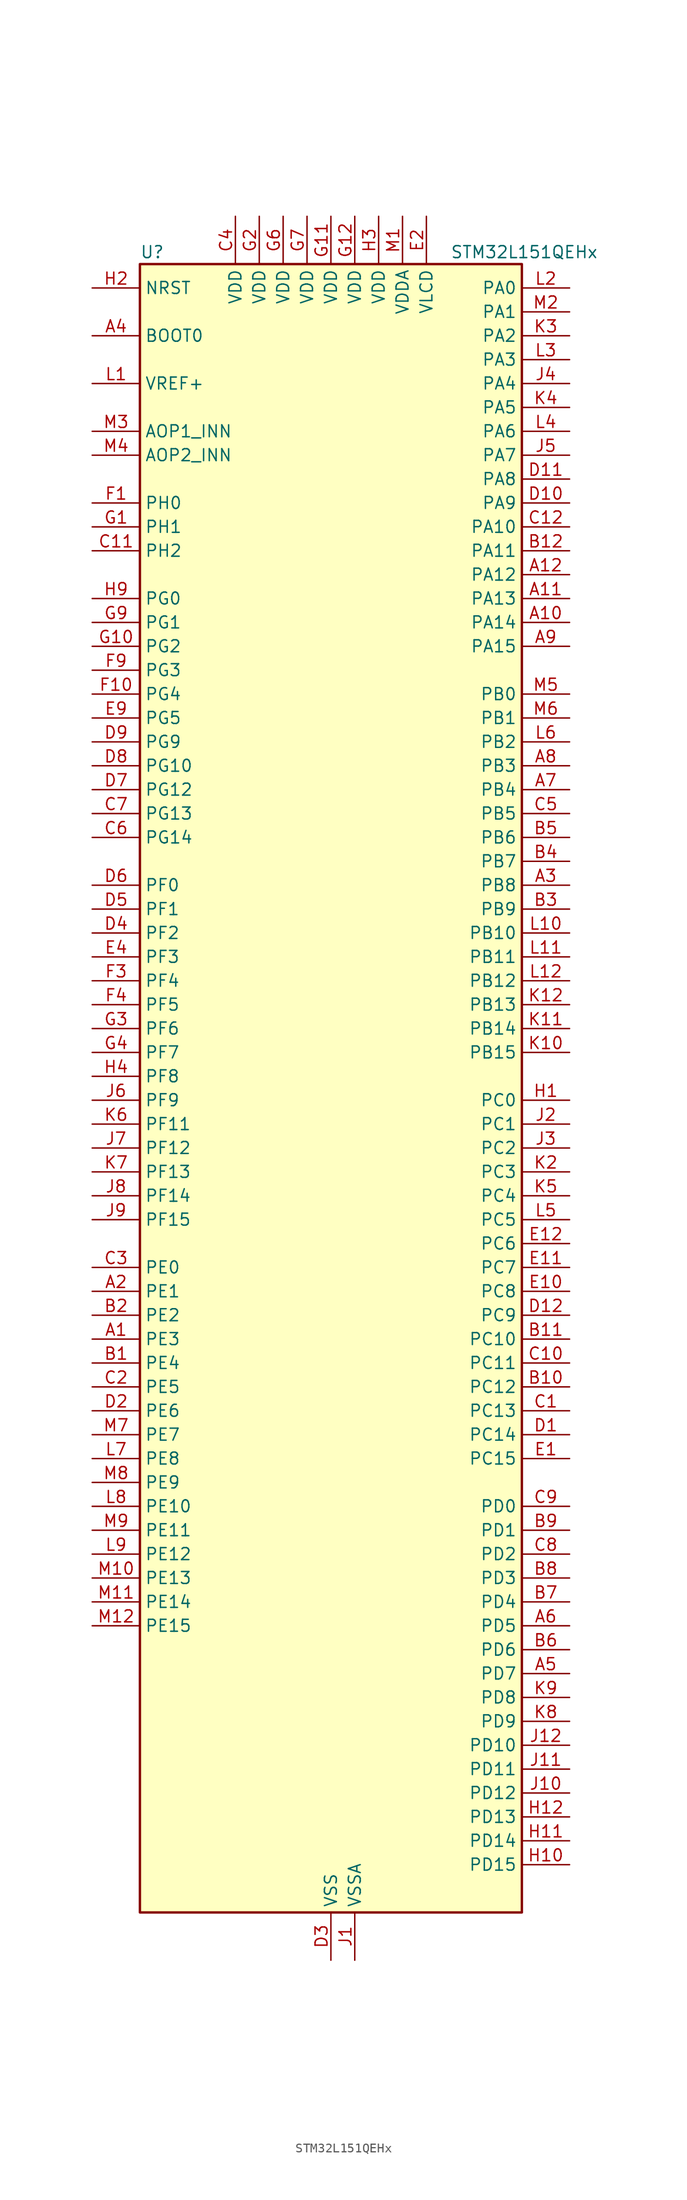
<source format=kicad_sym>
(kicad_symbol_lib
  (version 20231120)
  (generator "kicad-library-utils")
  (generator_version "8.0")
  (symbol "STM32L151QEHx"
    (property "Reference" "U"
      (at -20.32 90.17 0)
      (effects (font (size 1.27 1.27)) (justify left)))
    (property "Value" "STM32L151QEHx"
      (at 12.7 90.17 0)
      (effects (font (size 1.27 1.27)) (justify left)))
    (symbol "STM32L151QEHx_0_1"
      (rectangle (start -20.32 -86.36) (end 20.32 88.9) (stroke (width 0.254) (type default)) (fill (type background))))
    (symbol "STM32L151QEHx_1_1"
      (pin bidirectional line (at -25.4 -25.4 0) (length 5.08) (name "PE3" (effects (font (size 1.27 1.27)))) (number "A1" (effects (font (size 1.27 1.27)))) (alternate "SYS_TRACED0" bidirectional line) (alternate "TIM3_CH1" bidirectional line) (alternate "TIMX_IC4" bidirectional line))
      (pin bidirectional line (at 25.4 50.8 180) (length 5.08) (name "PA14" (effects (font (size 1.27 1.27)))) (number "A10" (effects (font (size 1.27 1.27)))) (alternate "SYS_JTCK-SWCLK" bidirectional line) (alternate "TIMX_IC3" bidirectional line) (alternate "TS_G5_IO2" bidirectional line))
      (pin bidirectional line (at 25.4 53.34 180) (length 5.08) (name "PA13" (effects (font (size 1.27 1.27)))) (number "A11" (effects (font (size 1.27 1.27)))) (alternate "SYS_JTMS-SWDIO" bidirectional line) (alternate "TIMX_IC2" bidirectional line) (alternate "TS_G5_IO1" bidirectional line))
      (pin bidirectional line (at 25.4 55.88 180) (length 5.08) (name "PA12" (effects (font (size 1.27 1.27)))) (number "A12" (effects (font (size 1.27 1.27)))) (alternate "SPI1_MOSI" bidirectional line) (alternate "TIMX_IC1" bidirectional line) (alternate "USART1_RTS" bidirectional line) (alternate "USB_DP" bidirectional line))
      (pin bidirectional line (at -25.4 -20.32 0) (length 5.08) (name "PE1" (effects (font (size 1.27 1.27)))) (number "A2" (effects (font (size 1.27 1.27)))) (alternate "TIM11_CH1" bidirectional line) (alternate "TIMX_IC2" bidirectional line))
      (pin bidirectional line (at 25.4 22.86 180) (length 5.08) (name "PB8" (effects (font (size 1.27 1.27)))) (number "A3" (effects (font (size 1.27 1.27)))) (alternate "I2C1_SCL" bidirectional line) (alternate "TIM10_CH1" bidirectional line) (alternate "TIM4_CH3" bidirectional line))
      (pin input line (at -25.4 81.28 0) (length 5.08) (name "BOOT0" (effects (font (size 1.27 1.27)))) (number "A4" (effects (font (size 1.27 1.27)))))
      (pin bidirectional line (at 25.4 -60.96 180) (length 5.08) (name "PD7" (effects (font (size 1.27 1.27)))) (number "A5" (effects (font (size 1.27 1.27)))) (alternate "TIM9_CH2" bidirectional line) (alternate "TIMX_IC4" bidirectional line) (alternate "USART2_CK" bidirectional line))
      (pin bidirectional line (at 25.4 -55.88 180) (length 5.08) (name "PD5" (effects (font (size 1.27 1.27)))) (number "A6" (effects (font (size 1.27 1.27)))) (alternate "TIMX_IC2" bidirectional line) (alternate "USART2_TX" bidirectional line))
      (pin bidirectional line (at 25.4 33.02 180) (length 5.08) (name "PB4" (effects (font (size 1.27 1.27)))) (number "A7" (effects (font (size 1.27 1.27)))) (alternate "COMP2_INP" bidirectional line) (alternate "SPI1_MISO" bidirectional line) (alternate "SPI3_MISO" bidirectional line) (alternate "SYS_JTRST" bidirectional line) (alternate "TIM3_CH1" bidirectional line) (alternate "TS_G6_IO1" bidirectional line))
      (pin bidirectional line (at 25.4 35.56 180) (length 5.08) (name "PB3" (effects (font (size 1.27 1.27)))) (number "A8" (effects (font (size 1.27 1.27)))) (alternate "COMP2_INM" bidirectional line) (alternate "I2S3_CK" bidirectional line) (alternate "SPI1_SCK" bidirectional line) (alternate "SPI3_SCK" bidirectional line) (alternate "SYS_JTDO-TRACESWO" bidirectional line) (alternate "TIM2_CH2" bidirectional line))
      (pin bidirectional line (at 25.4 48.26 180) (length 5.08) (name "PA15" (effects (font (size 1.27 1.27)))) (number "A9" (effects (font (size 1.27 1.27)))) (alternate "ADC_EXTI15" bidirectional line) (alternate "I2S3_WS" bidirectional line) (alternate "SPI1_NSS" bidirectional line) (alternate "SPI3_NSS" bidirectional line) (alternate "SYS_JTDI" bidirectional line) (alternate "TIM2_CH1" bidirectional line) (alternate "TIM2_ETR" bidirectional line) (alternate "TIMX_IC4" bidirectional line) (alternate "TS_G5_IO3" bidirectional line))
      (pin bidirectional line (at -25.4 -27.94 0) (length 5.08) (name "PE4" (effects (font (size 1.27 1.27)))) (number "B1" (effects (font (size 1.27 1.27)))) (alternate "SYS_TRACED1" bidirectional line) (alternate "TIM3_CH2" bidirectional line) (alternate "TIMX_IC1" bidirectional line))
      (pin bidirectional line (at 25.4 -30.48 180) (length 5.08) (name "PC12" (effects (font (size 1.27 1.27)))) (number "B10" (effects (font (size 1.27 1.27)))) (alternate "I2S3_SD" bidirectional line) (alternate "SPI3_MOSI" bidirectional line) (alternate "TIMX_IC1" bidirectional line) (alternate "UART5_TX" bidirectional line) (alternate "USART3_CK" bidirectional line))
      (pin bidirectional line (at 25.4 -25.4 180) (length 5.08) (name "PC10" (effects (font (size 1.27 1.27)))) (number "B11" (effects (font (size 1.27 1.27)))) (alternate "I2S3_CK" bidirectional line) (alternate "SPI3_SCK" bidirectional line) (alternate "TIMX_IC3" bidirectional line) (alternate "UART4_TX" bidirectional line) (alternate "USART3_TX" bidirectional line))
      (pin bidirectional line (at 25.4 58.42 180) (length 5.08) (name "PA11" (effects (font (size 1.27 1.27)))) (number "B12" (effects (font (size 1.27 1.27)))) (alternate "ADC_EXTI11" bidirectional line) (alternate "SPI1_MISO" bidirectional line) (alternate "TIMX_IC4" bidirectional line) (alternate "USART1_CTS" bidirectional line) (alternate "USB_DM" bidirectional line))
      (pin bidirectional line (at -25.4 -22.86 0) (length 5.08) (name "PE2" (effects (font (size 1.27 1.27)))) (number "B2" (effects (font (size 1.27 1.27)))) (alternate "SYS_TRACECK" bidirectional line) (alternate "TIM3_ETR" bidirectional line) (alternate "TIMX_IC3" bidirectional line))
      (pin bidirectional line (at 25.4 20.32 180) (length 5.08) (name "PB9" (effects (font (size 1.27 1.27)))) (number "B3" (effects (font (size 1.27 1.27)))) (alternate "DAC_EXTI9" bidirectional line) (alternate "I2C1_SDA" bidirectional line) (alternate "TIM11_CH1" bidirectional line) (alternate "TIM4_CH4" bidirectional line))
      (pin bidirectional line (at 25.4 25.4 180) (length 5.08) (name "PB7" (effects (font (size 1.27 1.27)))) (number "B4" (effects (font (size 1.27 1.27)))) (alternate "COMP2_INP" bidirectional line) (alternate "I2C1_SDA" bidirectional line) (alternate "SYS_PVD_IN" bidirectional line) (alternate "TIM4_CH2" bidirectional line) (alternate "TS_G6_IO4" bidirectional line) (alternate "USART1_RX" bidirectional line))
      (pin bidirectional line (at 25.4 27.94 180) (length 5.08) (name "PB6" (effects (font (size 1.27 1.27)))) (number "B5" (effects (font (size 1.27 1.27)))) (alternate "COMP2_INP" bidirectional line) (alternate "I2C1_SCL" bidirectional line) (alternate "TIM4_CH1" bidirectional line) (alternate "TS_G6_IO3" bidirectional line) (alternate "USART1_TX" bidirectional line))
      (pin bidirectional line (at 25.4 -58.42 180) (length 5.08) (name "PD6" (effects (font (size 1.27 1.27)))) (number "B6" (effects (font (size 1.27 1.27)))) (alternate "TIMX_IC3" bidirectional line) (alternate "USART2_RX" bidirectional line))
      (pin bidirectional line (at 25.4 -53.34 180) (length 5.08) (name "PD4" (effects (font (size 1.27 1.27)))) (number "B7" (effects (font (size 1.27 1.27)))) (alternate "I2S2_SD" bidirectional line) (alternate "SPI2_MOSI" bidirectional line) (alternate "TIMX_IC1" bidirectional line) (alternate "USART2_RTS" bidirectional line))
      (pin bidirectional line (at 25.4 -50.8 180) (length 5.08) (name "PD3" (effects (font (size 1.27 1.27)))) (number "B8" (effects (font (size 1.27 1.27)))) (alternate "SPI2_MISO" bidirectional line) (alternate "TIMX_IC4" bidirectional line) (alternate "USART2_CTS" bidirectional line))
      (pin bidirectional line (at 25.4 -45.72 180) (length 5.08) (name "PD1" (effects (font (size 1.27 1.27)))) (number "B9" (effects (font (size 1.27 1.27)))) (alternate "I2S2_CK" bidirectional line) (alternate "SPI2_SCK" bidirectional line) (alternate "TIMX_IC2" bidirectional line))
      (pin bidirectional line (at 25.4 -33.02 180) (length 5.08) (name "PC13" (effects (font (size 1.27 1.27)))) (number "C1" (effects (font (size 1.27 1.27)))) (alternate "RTC_OUT_ALARM" bidirectional line) (alternate "RTC_OUT_CALIB" bidirectional line) (alternate "RTC_TAMP1" bidirectional line) (alternate "RTC_TS" bidirectional line) (alternate "SYS_WKUP2" bidirectional line) (alternate "TIMX_IC2" bidirectional line))
      (pin bidirectional line (at 25.4 -27.94 180) (length 5.08) (name "PC11" (effects (font (size 1.27 1.27)))) (number "C10" (effects (font (size 1.27 1.27)))) (alternate "ADC_EXTI11" bidirectional line) (alternate "SPI3_MISO" bidirectional line) (alternate "TIMX_IC4" bidirectional line) (alternate "UART4_RX" bidirectional line) (alternate "USART3_RX" bidirectional line))
      (pin bidirectional line (at -25.4 58.42 0) (length 5.08) (name "PH2" (effects (font (size 1.27 1.27)))) (number "C11" (effects (font (size 1.27 1.27)))))
      (pin bidirectional line (at 25.4 60.96 180) (length 5.08) (name "PA10" (effects (font (size 1.27 1.27)))) (number "C12" (effects (font (size 1.27 1.27)))) (alternate "TIMX_IC3" bidirectional line) (alternate "TS_G4_IO3" bidirectional line) (alternate "USART1_RX" bidirectional line))
      (pin bidirectional line (at -25.4 -30.48 0) (length 5.08) (name "PE5" (effects (font (size 1.27 1.27)))) (number "C2" (effects (font (size 1.27 1.27)))) (alternate "SYS_TRACED2" bidirectional line) (alternate "TIM9_CH1" bidirectional line) (alternate "TIMX_IC2" bidirectional line))
      (pin bidirectional line (at -25.4 -17.78 0) (length 5.08) (name "PE0" (effects (font (size 1.27 1.27)))) (number "C3" (effects (font (size 1.27 1.27)))) (alternate "TIM10_CH1" bidirectional line) (alternate "TIM4_ETR" bidirectional line) (alternate "TIMX_IC1" bidirectional line))
      (pin power_in line (at -10.16 93.98 270) (length 5.08) (name "VDD" (effects (font (size 1.27 1.27)))) (number "C4" (effects (font (size 1.27 1.27)))))
      (pin bidirectional line (at 25.4 30.48 180) (length 5.08) (name "PB5" (effects (font (size 1.27 1.27)))) (number "C5" (effects (font (size 1.27 1.27)))) (alternate "COMP2_INP" bidirectional line) (alternate "I2C1_SMBA" bidirectional line) (alternate "I2S3_SD" bidirectional line) (alternate "SPI1_MOSI" bidirectional line) (alternate "SPI3_MOSI" bidirectional line) (alternate "TIM3_CH2" bidirectional line) (alternate "TS_G6_IO2" bidirectional line))
      (pin bidirectional line (at -25.4 27.94 0) (length 5.08) (name "PG14" (effects (font (size 1.27 1.27)))) (number "C6" (effects (font (size 1.27 1.27)))))
      (pin bidirectional line (at -25.4 30.48 0) (length 5.08) (name "PG13" (effects (font (size 1.27 1.27)))) (number "C7" (effects (font (size 1.27 1.27)))))
      (pin bidirectional line (at 25.4 -48.26 180) (length 5.08) (name "PD2" (effects (font (size 1.27 1.27)))) (number "C8" (effects (font (size 1.27 1.27)))) (alternate "TIM3_ETR" bidirectional line) (alternate "TIMX_IC3" bidirectional line) (alternate "UART5_RX" bidirectional line))
      (pin bidirectional line (at 25.4 -43.18 180) (length 5.08) (name "PD0" (effects (font (size 1.27 1.27)))) (number "C9" (effects (font (size 1.27 1.27)))) (alternate "I2S2_WS" bidirectional line) (alternate "SPI2_NSS" bidirectional line) (alternate "TIM9_CH1" bidirectional line) (alternate "TIMX_IC1" bidirectional line))
      (pin bidirectional line (at 25.4 -35.56 180) (length 5.08) (name "PC14" (effects (font (size 1.27 1.27)))) (number "D1" (effects (font (size 1.27 1.27)))) (alternate "RCC_OSC32_IN" bidirectional line) (alternate "TIMX_IC3" bidirectional line))
      (pin bidirectional line (at 25.4 63.5 180) (length 5.08) (name "PA9" (effects (font (size 1.27 1.27)))) (number "D10" (effects (font (size 1.27 1.27)))) (alternate "DAC_EXTI9" bidirectional line) (alternate "TIMX_IC2" bidirectional line) (alternate "TS_G4_IO2" bidirectional line) (alternate "USART1_TX" bidirectional line))
      (pin bidirectional line (at 25.4 66.04 180) (length 5.08) (name "PA8" (effects (font (size 1.27 1.27)))) (number "D11" (effects (font (size 1.27 1.27)))) (alternate "RCC_MCO" bidirectional line) (alternate "TIMX_IC1" bidirectional line) (alternate "TS_G4_IO1" bidirectional line) (alternate "USART1_CK" bidirectional line))
      (pin bidirectional line (at 25.4 -22.86 180) (length 5.08) (name "PC9" (effects (font (size 1.27 1.27)))) (number "D12" (effects (font (size 1.27 1.27)))) (alternate "DAC_EXTI9" bidirectional line) (alternate "TIM3_CH4" bidirectional line) (alternate "TIMX_IC2" bidirectional line) (alternate "TS_G10_IO4" bidirectional line))
      (pin bidirectional line (at -25.4 -33.02 0) (length 5.08) (name "PE6" (effects (font (size 1.27 1.27)))) (number "D2" (effects (font (size 1.27 1.27)))) (alternate "RTC_TAMP3" bidirectional line) (alternate "SYS_TRACED3" bidirectional line) (alternate "SYS_WKUP3" bidirectional line) (alternate "TIM9_CH2" bidirectional line) (alternate "TIMX_IC3" bidirectional line))
      (pin power_in line (at 0 -91.44 90) (length 5.08) (name "VSS" (effects (font (size 1.27 1.27)))) (number "D3" (effects (font (size 1.27 1.27)))))
      (pin bidirectional line (at -25.4 17.78 0) (length 5.08) (name "PF2" (effects (font (size 1.27 1.27)))) (number "D4" (effects (font (size 1.27 1.27)))))
      (pin bidirectional line (at -25.4 20.32 0) (length 5.08) (name "PF1" (effects (font (size 1.27 1.27)))) (number "D5" (effects (font (size 1.27 1.27)))))
      (pin bidirectional line (at -25.4 22.86 0) (length 5.08) (name "PF0" (effects (font (size 1.27 1.27)))) (number "D6" (effects (font (size 1.27 1.27)))))
      (pin bidirectional line (at -25.4 33.02 0) (length 5.08) (name "PG12" (effects (font (size 1.27 1.27)))) (number "D7" (effects (font (size 1.27 1.27)))))
      (pin bidirectional line (at -25.4 35.56 0) (length 5.08) (name "PG10" (effects (font (size 1.27 1.27)))) (number "D8" (effects (font (size 1.27 1.27)))))
      (pin bidirectional line (at -25.4 38.1 0) (length 5.08) (name "PG9" (effects (font (size 1.27 1.27)))) (number "D9" (effects (font (size 1.27 1.27)))) (alternate "DAC_EXTI9" bidirectional line))
      (pin bidirectional line (at 25.4 -38.1 180) (length 5.08) (name "PC15" (effects (font (size 1.27 1.27)))) (number "E1" (effects (font (size 1.27 1.27)))) (alternate "ADC_EXTI15" bidirectional line) (alternate "RCC_OSC32_OUT" bidirectional line) (alternate "TIMX_IC4" bidirectional line))
      (pin bidirectional line (at 25.4 -20.32 180) (length 5.08) (name "PC8" (effects (font (size 1.27 1.27)))) (number "E10" (effects (font (size 1.27 1.27)))) (alternate "TIM3_CH3" bidirectional line) (alternate "TIMX_IC1" bidirectional line) (alternate "TS_G10_IO3" bidirectional line))
      (pin bidirectional line (at 25.4 -17.78 180) (length 5.08) (name "PC7" (effects (font (size 1.27 1.27)))) (number "E11" (effects (font (size 1.27 1.27)))) (alternate "I2S3_MCK" bidirectional line) (alternate "TIM3_CH2" bidirectional line) (alternate "TIMX_IC4" bidirectional line) (alternate "TS_G10_IO2" bidirectional line))
      (pin bidirectional line (at 25.4 -15.24 180) (length 5.08) (name "PC6" (effects (font (size 1.27 1.27)))) (number "E12" (effects (font (size 1.27 1.27)))) (alternate "I2S2_MCK" bidirectional line) (alternate "TIM3_CH1" bidirectional line) (alternate "TIMX_IC3" bidirectional line) (alternate "TS_G10_IO1" bidirectional line))
      (pin power_in line (at 10.16 93.98 270) (length 5.08) (name "VLCD" (effects (font (size 1.27 1.27)))) (number "E2" (effects (font (size 1.27 1.27)))))
      (pin passive line (at 0 -91.44 90) (length 5.08) hide (name "VSS" (effects (font (size 1.27 1.27)))) (number "E3" (effects (font (size 1.27 1.27)))))
      (pin bidirectional line (at -25.4 15.24 0) (length 5.08) (name "PF3" (effects (font (size 1.27 1.27)))) (number "E4" (effects (font (size 1.27 1.27)))))
      (pin bidirectional line (at -25.4 40.64 0) (length 5.08) (name "PG5" (effects (font (size 1.27 1.27)))) (number "E9" (effects (font (size 1.27 1.27)))))
      (pin bidirectional line (at -25.4 63.5 0) (length 5.08) (name "PH0" (effects (font (size 1.27 1.27)))) (number "F1" (effects (font (size 1.27 1.27)))) (alternate "RCC_OSC_IN" bidirectional line))
      (pin bidirectional line (at -25.4 43.18 0) (length 5.08) (name "PG4" (effects (font (size 1.27 1.27)))) (number "F10" (effects (font (size 1.27 1.27)))) (alternate "ADC_IN12b" bidirectional line) (alternate "TS_G7_IO7" bidirectional line))
      (pin passive line (at 0 -91.44 90) (length 5.08) hide (name "VSS" (effects (font (size 1.27 1.27)))) (number "F11" (effects (font (size 1.27 1.27)))))
      (pin passive line (at 0 -91.44 90) (length 5.08) hide (name "VSS" (effects (font (size 1.27 1.27)))) (number "F12" (effects (font (size 1.27 1.27)))))
      (pin passive line (at 0 -91.44 90) (length 5.08) hide (name "VSS" (effects (font (size 1.27 1.27)))) (number "F2" (effects (font (size 1.27 1.27)))))
      (pin bidirectional line (at -25.4 12.7 0) (length 5.08) (name "PF4" (effects (font (size 1.27 1.27)))) (number "F3" (effects (font (size 1.27 1.27)))))
      (pin bidirectional line (at -25.4 10.16 0) (length 5.08) (name "PF5" (effects (font (size 1.27 1.27)))) (number "F4" (effects (font (size 1.27 1.27)))))
      (pin passive line (at 0 -91.44 90) (length 5.08) hide (name "VSS" (effects (font (size 1.27 1.27)))) (number "F6" (effects (font (size 1.27 1.27)))))
      (pin passive line (at 0 -91.44 90) (length 5.08) hide (name "VSS" (effects (font (size 1.27 1.27)))) (number "F7" (effects (font (size 1.27 1.27)))))
      (pin bidirectional line (at -25.4 45.72 0) (length 5.08) (name "PG3" (effects (font (size 1.27 1.27)))) (number "F9" (effects (font (size 1.27 1.27)))) (alternate "ADC_IN11b" bidirectional line) (alternate "TS_G7_IO6" bidirectional line))
      (pin bidirectional line (at -25.4 60.96 0) (length 5.08) (name "PH1" (effects (font (size 1.27 1.27)))) (number "G1" (effects (font (size 1.27 1.27)))) (alternate "RCC_OSC_OUT" bidirectional line))
      (pin bidirectional line (at -25.4 48.26 0) (length 5.08) (name "PG2" (effects (font (size 1.27 1.27)))) (number "G10" (effects (font (size 1.27 1.27)))) (alternate "ADC_IN10b" bidirectional line) (alternate "TS_G7_IO5" bidirectional line))
      (pin power_in line (at 0 93.98 270) (length 5.08) (name "VDD" (effects (font (size 1.27 1.27)))) (number "G11" (effects (font (size 1.27 1.27)))))
      (pin power_in line (at 2.54 93.98 270) (length 5.08) (name "VDD" (effects (font (size 1.27 1.27)))) (number "G12" (effects (font (size 1.27 1.27)))))
      (pin power_in line (at -7.62 93.98 270) (length 5.08) (name "VDD" (effects (font (size 1.27 1.27)))) (number "G2" (effects (font (size 1.27 1.27)))))
      (pin bidirectional line (at -25.4 7.62 0) (length 5.08) (name "PF6" (effects (font (size 1.27 1.27)))) (number "G3" (effects (font (size 1.27 1.27)))) (alternate "ADC_IN27" bidirectional line) (alternate "TIM5_CH1" bidirectional line) (alternate "TIM5_ETR" bidirectional line) (alternate "TS_G11_IO1" bidirectional line))
      (pin bidirectional line (at -25.4 5.08 0) (length 5.08) (name "PF7" (effects (font (size 1.27 1.27)))) (number "G4" (effects (font (size 1.27 1.27)))) (alternate "ADC_IN28" bidirectional line) (alternate "COMP1_INP" bidirectional line) (alternate "TIM5_CH2" bidirectional line) (alternate "TS_G11_IO2" bidirectional line))
      (pin power_in line (at -5.08 93.98 270) (length 5.08) (name "VDD" (effects (font (size 1.27 1.27)))) (number "G6" (effects (font (size 1.27 1.27)))))
      (pin power_in line (at -2.54 93.98 270) (length 5.08) (name "VDD" (effects (font (size 1.27 1.27)))) (number "G7" (effects (font (size 1.27 1.27)))))
      (pin bidirectional line (at -25.4 50.8 0) (length 5.08) (name "PG1" (effects (font (size 1.27 1.27)))) (number "G9" (effects (font (size 1.27 1.27)))) (alternate "ADC_IN9b" bidirectional line) (alternate "TS_G2_IO5" bidirectional line))
      (pin bidirectional line (at 25.4 0 180) (length 5.08) (name "PC0" (effects (font (size 1.27 1.27)))) (number "H1" (effects (font (size 1.27 1.27)))) (alternate "ADC_IN10" bidirectional line) (alternate "COMP1_INP" bidirectional line) (alternate "TIMX_IC1" bidirectional line) (alternate "TS_G8_IO1" bidirectional line))
      (pin bidirectional line (at 25.4 -81.28 180) (length 5.08) (name "PD15" (effects (font (size 1.27 1.27)))) (number "H10" (effects (font (size 1.27 1.27)))) (alternate "ADC_EXTI15" bidirectional line) (alternate "TIM4_CH4" bidirectional line) (alternate "TIMX_IC4" bidirectional line))
      (pin bidirectional line (at 25.4 -78.74 180) (length 5.08) (name "PD14" (effects (font (size 1.27 1.27)))) (number "H11" (effects (font (size 1.27 1.27)))) (alternate "TIM4_CH3" bidirectional line) (alternate "TIMX_IC3" bidirectional line))
      (pin bidirectional line (at 25.4 -76.2 180) (length 5.08) (name "PD13" (effects (font (size 1.27 1.27)))) (number "H12" (effects (font (size 1.27 1.27)))) (alternate "TIM4_CH2" bidirectional line) (alternate "TIMX_IC2" bidirectional line))
      (pin input line (at -25.4 86.36 0) (length 5.08) (name "NRST" (effects (font (size 1.27 1.27)))) (number "H2" (effects (font (size 1.27 1.27)))))
      (pin power_in line (at 5.08 93.98 270) (length 5.08) (name "VDD" (effects (font (size 1.27 1.27)))) (number "H3" (effects (font (size 1.27 1.27)))))
      (pin bidirectional line (at -25.4 2.54 0) (length 5.08) (name "PF8" (effects (font (size 1.27 1.27)))) (number "H4" (effects (font (size 1.27 1.27)))) (alternate "ADC_IN29" bidirectional line) (alternate "COMP1_INP" bidirectional line) (alternate "TIM5_CH3" bidirectional line) (alternate "TS_G11_IO3" bidirectional line))
      (pin bidirectional line (at -25.4 53.34 0) (length 5.08) (name "PG0" (effects (font (size 1.27 1.27)))) (number "H9" (effects (font (size 1.27 1.27)))) (alternate "ADC_IN8b" bidirectional line) (alternate "TS_G2_IO4" bidirectional line))
      (pin power_in line (at 2.54 -91.44 90) (length 5.08) (name "VSSA" (effects (font (size 1.27 1.27)))) (number "J1" (effects (font (size 1.27 1.27)))))
      (pin bidirectional line (at 25.4 -73.66 180) (length 5.08) (name "PD12" (effects (font (size 1.27 1.27)))) (number "J10" (effects (font (size 1.27 1.27)))) (alternate "TIM4_CH1" bidirectional line) (alternate "TIMX_IC1" bidirectional line) (alternate "USART3_RTS" bidirectional line))
      (pin bidirectional line (at 25.4 -71.12 180) (length 5.08) (name "PD11" (effects (font (size 1.27 1.27)))) (number "J11" (effects (font (size 1.27 1.27)))) (alternate "ADC_EXTI11" bidirectional line) (alternate "TIMX_IC4" bidirectional line) (alternate "USART3_CTS" bidirectional line))
      (pin bidirectional line (at 25.4 -68.58 180) (length 5.08) (name "PD10" (effects (font (size 1.27 1.27)))) (number "J12" (effects (font (size 1.27 1.27)))) (alternate "TIMX_IC3" bidirectional line) (alternate "USART3_CK" bidirectional line))
      (pin bidirectional line (at 25.4 -2.54 180) (length 5.08) (name "PC1" (effects (font (size 1.27 1.27)))) (number "J2" (effects (font (size 1.27 1.27)))) (alternate "ADC_IN11" bidirectional line) (alternate "COMP1_INP" bidirectional line) (alternate "TIMX_IC2" bidirectional line) (alternate "TS_G8_IO2" bidirectional line))
      (pin bidirectional line (at 25.4 -5.08 180) (length 5.08) (name "PC2" (effects (font (size 1.27 1.27)))) (number "J3" (effects (font (size 1.27 1.27)))) (alternate "ADC_IN12" bidirectional line) (alternate "COMP1_INP" bidirectional line) (alternate "TIMX_IC3" bidirectional line) (alternate "TS_G8_IO3" bidirectional line))
      (pin bidirectional line (at 25.4 76.2 180) (length 5.08) (name "PA4" (effects (font (size 1.27 1.27)))) (number "J4" (effects (font (size 1.27 1.27)))) (alternate "ADC_IN4" bidirectional line) (alternate "COMP1_INP" bidirectional line) (alternate "DAC_OUT1" bidirectional line) (alternate "I2S3_WS" bidirectional line) (alternate "SPI1_NSS" bidirectional line) (alternate "SPI3_NSS" bidirectional line) (alternate "TIMX_IC1" bidirectional line) (alternate "USART2_CK" bidirectional line))
      (pin bidirectional line (at 25.4 68.58 180) (length 5.08) (name "PA7" (effects (font (size 1.27 1.27)))) (number "J5" (effects (font (size 1.27 1.27)))) (alternate "ADC_IN7" bidirectional line) (alternate "COMP1_INP" bidirectional line) (alternate "SPI1_MOSI" bidirectional line) (alternate "TIM11_CH1" bidirectional line) (alternate "TIM3_CH2" bidirectional line) (alternate "TIMX_IC4" bidirectional line) (alternate "TS_G2_IO2" bidirectional line))
      (pin bidirectional line (at -25.4 0 0) (length 5.08) (name "PF9" (effects (font (size 1.27 1.27)))) (number "J6" (effects (font (size 1.27 1.27)))) (alternate "ADC_IN30" bidirectional line) (alternate "COMP1_INP" bidirectional line) (alternate "DAC_EXTI9" bidirectional line) (alternate "TIM5_CH4" bidirectional line) (alternate "TS_G11_IO4" bidirectional line))
      (pin bidirectional line (at -25.4 -5.08 0) (length 5.08) (name "PF12" (effects (font (size 1.27 1.27)))) (number "J7" (effects (font (size 1.27 1.27)))) (alternate "ADC_IN2b" bidirectional line) (alternate "TS_G3_IO5" bidirectional line))
      (pin bidirectional line (at -25.4 -10.16 0) (length 5.08) (name "PF14" (effects (font (size 1.27 1.27)))) (number "J8" (effects (font (size 1.27 1.27)))) (alternate "ADC_IN6b" bidirectional line) (alternate "TS_G9_IO4" bidirectional line))
      (pin bidirectional line (at -25.4 -12.7 0) (length 5.08) (name "PF15" (effects (font (size 1.27 1.27)))) (number "J9" (effects (font (size 1.27 1.27)))) (alternate "ADC_EXTI15" bidirectional line) (alternate "ADC_IN7b" bidirectional line) (alternate "TS_G2_IO3" bidirectional line))
      (pin no_connect line (at -20.32 -86.36 0) (length 5.08) hide (name "NC" (effects (font (size 1.27 1.27)))) (number "K1" (effects (font (size 1.27 1.27)))))
      (pin bidirectional line (at 25.4 5.08 180) (length 5.08) (name "PB15" (effects (font (size 1.27 1.27)))) (number "K10" (effects (font (size 1.27 1.27)))) (alternate "ADC_EXTI15" bidirectional line) (alternate "ADC_IN21" bidirectional line) (alternate "COMP1_INP" bidirectional line) (alternate "I2S2_SD" bidirectional line) (alternate "RTC_REFIN" bidirectional line) (alternate "SPI2_MOSI" bidirectional line) (alternate "TIM11_CH1" bidirectional line) (alternate "TS_G7_IO4" bidirectional line))
      (pin bidirectional line (at 25.4 7.62 180) (length 5.08) (name "PB14" (effects (font (size 1.27 1.27)))) (number "K11" (effects (font (size 1.27 1.27)))) (alternate "ADC_IN20" bidirectional line) (alternate "COMP1_INP" bidirectional line) (alternate "SPI2_MISO" bidirectional line) (alternate "TIM9_CH2" bidirectional line) (alternate "TS_G7_IO3" bidirectional line) (alternate "USART3_RTS" bidirectional line))
      (pin bidirectional line (at 25.4 10.16 180) (length 5.08) (name "PB13" (effects (font (size 1.27 1.27)))) (number "K12" (effects (font (size 1.27 1.27)))) (alternate "ADC_IN19" bidirectional line) (alternate "COMP1_INP" bidirectional line) (alternate "I2S2_CK" bidirectional line) (alternate "SPI2_SCK" bidirectional line) (alternate "TIM9_CH1" bidirectional line) (alternate "TS_G7_IO2" bidirectional line) (alternate "USART3_CTS" bidirectional line))
      (pin bidirectional line (at 25.4 -7.62 180) (length 5.08) (name "PC3" (effects (font (size 1.27 1.27)))) (number "K2" (effects (font (size 1.27 1.27)))) (alternate "ADC_IN13" bidirectional line) (alternate "COMP1_INP" bidirectional line) (alternate "TIMX_IC4" bidirectional line) (alternate "TS_G8_IO4" bidirectional line))
      (pin bidirectional line (at 25.4 81.28 180) (length 5.08) (name "PA2" (effects (font (size 1.27 1.27)))) (number "K3" (effects (font (size 1.27 1.27)))) (alternate "ADC_IN2" bidirectional line) (alternate "COMP1_INP" bidirectional line) (alternate "TIM2_CH3" bidirectional line) (alternate "TIM5_CH3" bidirectional line) (alternate "TIM9_CH1" bidirectional line) (alternate "TIMX_IC3" bidirectional line) (alternate "TS_G1_IO3" bidirectional line) (alternate "USART2_TX" bidirectional line))
      (pin bidirectional line (at 25.4 73.66 180) (length 5.08) (name "PA5" (effects (font (size 1.27 1.27)))) (number "K4" (effects (font (size 1.27 1.27)))) (alternate "ADC_IN5" bidirectional line) (alternate "COMP1_INP" bidirectional line) (alternate "DAC_OUT2" bidirectional line) (alternate "SPI1_SCK" bidirectional line) (alternate "TIM2_CH1" bidirectional line) (alternate "TIM2_ETR" bidirectional line) (alternate "TIMX_IC2" bidirectional line))
      (pin bidirectional line (at 25.4 -10.16 180) (length 5.08) (name "PC4" (effects (font (size 1.27 1.27)))) (number "K5" (effects (font (size 1.27 1.27)))) (alternate "ADC_IN14" bidirectional line) (alternate "COMP1_INP" bidirectional line) (alternate "TIMX_IC1" bidirectional line) (alternate "TS_G9_IO1" bidirectional line))
      (pin bidirectional line (at -25.4 -2.54 0) (length 5.08) (name "PF11" (effects (font (size 1.27 1.27)))) (number "K6" (effects (font (size 1.27 1.27)))) (alternate "ADC_EXTI11" bidirectional line) (alternate "ADC_IN1b" bidirectional line) (alternate "TS_G3_IO4" bidirectional line))
      (pin bidirectional line (at -25.4 -7.62 0) (length 5.08) (name "PF13" (effects (font (size 1.27 1.27)))) (number "K7" (effects (font (size 1.27 1.27)))) (alternate "ADC_IN3b" bidirectional line) (alternate "TS_G9_IO3" bidirectional line))
      (pin bidirectional line (at 25.4 -66.04 180) (length 5.08) (name "PD9" (effects (font (size 1.27 1.27)))) (number "K8" (effects (font (size 1.27 1.27)))) (alternate "DAC_EXTI9" bidirectional line) (alternate "TIMX_IC2" bidirectional line) (alternate "USART3_RX" bidirectional line))
      (pin bidirectional line (at 25.4 -63.5 180) (length 5.08) (name "PD8" (effects (font (size 1.27 1.27)))) (number "K9" (effects (font (size 1.27 1.27)))) (alternate "TIMX_IC1" bidirectional line) (alternate "USART3_TX" bidirectional line))
      (pin input line (at -25.4 76.2 0) (length 5.08) (name "VREF+" (effects (font (size 1.27 1.27)))) (number "L1" (effects (font (size 1.27 1.27)))))
      (pin bidirectional line (at 25.4 17.78 180) (length 5.08) (name "PB10" (effects (font (size 1.27 1.27)))) (number "L10" (effects (font (size 1.27 1.27)))) (alternate "I2C2_SCL" bidirectional line) (alternate "TIM2_CH3" bidirectional line) (alternate "USART3_TX" bidirectional line))
      (pin bidirectional line (at 25.4 15.24 180) (length 5.08) (name "PB11" (effects (font (size 1.27 1.27)))) (number "L11" (effects (font (size 1.27 1.27)))) (alternate "ADC_EXTI11" bidirectional line) (alternate "I2C2_SDA" bidirectional line) (alternate "TIM2_CH4" bidirectional line) (alternate "USART3_RX" bidirectional line))
      (pin bidirectional line (at 25.4 12.7 180) (length 5.08) (name "PB12" (effects (font (size 1.27 1.27)))) (number "L12" (effects (font (size 1.27 1.27)))) (alternate "ADC_IN18" bidirectional line) (alternate "COMP1_INP" bidirectional line) (alternate "I2C2_SMBA" bidirectional line) (alternate "I2S2_WS" bidirectional line) (alternate "SPI2_NSS" bidirectional line) (alternate "TIM10_CH1" bidirectional line) (alternate "TS_G7_IO1" bidirectional line) (alternate "USART3_CK" bidirectional line))
      (pin bidirectional line (at 25.4 86.36 180) (length 5.08) (name "PA0" (effects (font (size 1.27 1.27)))) (number "L2" (effects (font (size 1.27 1.27)))) (alternate "ADC_IN0" bidirectional line) (alternate "COMP1_INP" bidirectional line) (alternate "RTC_TAMP2" bidirectional line) (alternate "SYS_WKUP1" bidirectional line) (alternate "TIM2_CH1" bidirectional line) (alternate "TIM2_ETR" bidirectional line) (alternate "TIM5_CH1" bidirectional line) (alternate "TIMX_IC1" bidirectional line) (alternate "TS_G1_IO1" bidirectional line) (alternate "USART2_CTS" bidirectional line))
      (pin bidirectional line (at 25.4 78.74 180) (length 5.08) (name "PA3" (effects (font (size 1.27 1.27)))) (number "L3" (effects (font (size 1.27 1.27)))) (alternate "ADC_IN3" bidirectional line) (alternate "COMP1_INP" bidirectional line) (alternate "OPAMP1_VOUT" bidirectional line) (alternate "TIM2_CH4" bidirectional line) (alternate "TIM5_CH4" bidirectional line) (alternate "TIM9_CH2" bidirectional line) (alternate "TIMX_IC4" bidirectional line) (alternate "TS_G1_IO4" bidirectional line) (alternate "USART2_RX" bidirectional line))
      (pin bidirectional line (at 25.4 71.12 180) (length 5.08) (name "PA6" (effects (font (size 1.27 1.27)))) (number "L4" (effects (font (size 1.27 1.27)))) (alternate "ADC_IN6" bidirectional line) (alternate "COMP1_INP" bidirectional line) (alternate "OPAMP2_VINP" bidirectional line) (alternate "SPI1_MISO" bidirectional line) (alternate "TIM10_CH1" bidirectional line) (alternate "TIM3_CH1" bidirectional line) (alternate "TIMX_IC3" bidirectional line) (alternate "TS_G2_IO1" bidirectional line))
      (pin bidirectional line (at 25.4 -12.7 180) (length 5.08) (name "PC5" (effects (font (size 1.27 1.27)))) (number "L5" (effects (font (size 1.27 1.27)))) (alternate "ADC_IN15" bidirectional line) (alternate "COMP1_INP" bidirectional line) (alternate "TIMX_IC2" bidirectional line) (alternate "TS_G9_IO2" bidirectional line))
      (pin bidirectional line (at 25.4 38.1 180) (length 5.08) (name "PB2" (effects (font (size 1.27 1.27)))) (number "L6" (effects (font (size 1.27 1.27)))) (alternate "ADC_IN0b" bidirectional line) (alternate "TS_G3_IO3" bidirectional line))
      (pin bidirectional line (at -25.4 -38.1 0) (length 5.08) (name "PE8" (effects (font (size 1.27 1.27)))) (number "L7" (effects (font (size 1.27 1.27)))) (alternate "ADC_IN23" bidirectional line) (alternate "COMP1_INP" bidirectional line) (alternate "TIMX_IC1" bidirectional line))
      (pin bidirectional line (at -25.4 -43.18 0) (length 5.08) (name "PE10" (effects (font (size 1.27 1.27)))) (number "L8" (effects (font (size 1.27 1.27)))) (alternate "ADC_IN25" bidirectional line) (alternate "COMP1_INP" bidirectional line) (alternate "TIM2_CH2" bidirectional line) (alternate "TIMX_IC3" bidirectional line))
      (pin bidirectional line (at -25.4 -48.26 0) (length 5.08) (name "PE12" (effects (font (size 1.27 1.27)))) (number "L9" (effects (font (size 1.27 1.27)))) (alternate "SPI1_NSS" bidirectional line) (alternate "TIM2_CH4" bidirectional line) (alternate "TIMX_IC1" bidirectional line))
      (pin power_in line (at 7.62 93.98 270) (length 5.08) (name "VDDA" (effects (font (size 1.27 1.27)))) (number "M1" (effects (font (size 1.27 1.27)))))
      (pin bidirectional line (at -25.4 -50.8 0) (length 5.08) (name "PE13" (effects (font (size 1.27 1.27)))) (number "M10" (effects (font (size 1.27 1.27)))) (alternate "SPI1_SCK" bidirectional line) (alternate "TIMX_IC2" bidirectional line))
      (pin bidirectional line (at -25.4 -53.34 0) (length 5.08) (name "PE14" (effects (font (size 1.27 1.27)))) (number "M11" (effects (font (size 1.27 1.27)))) (alternate "SPI1_MISO" bidirectional line) (alternate "TIMX_IC3" bidirectional line))
      (pin bidirectional line (at -25.4 -55.88 0) (length 5.08) (name "PE15" (effects (font (size 1.27 1.27)))) (number "M12" (effects (font (size 1.27 1.27)))) (alternate "ADC_EXTI15" bidirectional line) (alternate "SPI1_MOSI" bidirectional line) (alternate "TIMX_IC4" bidirectional line))
      (pin bidirectional line (at 25.4 83.82 180) (length 5.08) (name "PA1" (effects (font (size 1.27 1.27)))) (number "M2" (effects (font (size 1.27 1.27)))) (alternate "ADC_IN1" bidirectional line) (alternate "COMP1_INP" bidirectional line) (alternate "OPAMP1_VINP" bidirectional line) (alternate "TIM2_CH2" bidirectional line) (alternate "TIM5_CH2" bidirectional line) (alternate "TIMX_IC2" bidirectional line) (alternate "TS_G1_IO2" bidirectional line) (alternate "USART2_RTS" bidirectional line))
      (pin input line (at -25.4 71.12 0) (length 5.08) (name "AOP1_INN" (effects (font (size 1.27 1.27)))) (number "M3" (effects (font (size 1.27 1.27)))) (alternate "OPAMP1_VINM" bidirectional line))
      (pin input line (at -25.4 68.58 0) (length 5.08) (name "AOP2_INN" (effects (font (size 1.27 1.27)))) (number "M4" (effects (font (size 1.27 1.27)))) (alternate "OPAMP2_VINM" bidirectional line))
      (pin bidirectional line (at 25.4 43.18 180) (length 5.08) (name "PB0" (effects (font (size 1.27 1.27)))) (number "M5" (effects (font (size 1.27 1.27)))) (alternate "ADC_IN8" bidirectional line) (alternate "COMP1_INP" bidirectional line) (alternate "OPAMP2_VOUT" bidirectional line) (alternate "SYS_V_REF_OUT" bidirectional line) (alternate "TIM3_CH3" bidirectional line) (alternate "TS_G3_IO1" bidirectional line))
      (pin bidirectional line (at 25.4 40.64 180) (length 5.08) (name "PB1" (effects (font (size 1.27 1.27)))) (number "M6" (effects (font (size 1.27 1.27)))) (alternate "ADC_IN9" bidirectional line) (alternate "COMP1_INP" bidirectional line) (alternate "SYS_V_REF_OUT" bidirectional line) (alternate "TIM3_CH4" bidirectional line) (alternate "TS_G3_IO2" bidirectional line))
      (pin bidirectional line (at -25.4 -35.56 0) (length 5.08) (name "PE7" (effects (font (size 1.27 1.27)))) (number "M7" (effects (font (size 1.27 1.27)))) (alternate "ADC_IN22" bidirectional line) (alternate "COMP1_INP" bidirectional line) (alternate "TIMX_IC4" bidirectional line))
      (pin bidirectional line (at -25.4 -40.64 0) (length 5.08) (name "PE9" (effects (font (size 1.27 1.27)))) (number "M8" (effects (font (size 1.27 1.27)))) (alternate "ADC_IN24" bidirectional line) (alternate "COMP1_INP" bidirectional line) (alternate "DAC_EXTI9" bidirectional line) (alternate "TIM2_CH1" bidirectional line) (alternate "TIM2_ETR" bidirectional line) (alternate "TIMX_IC2" bidirectional line))
      (pin bidirectional line (at -25.4 -45.72 0) (length 5.08) (name "PE11" (effects (font (size 1.27 1.27)))) (number "M9" (effects (font (size 1.27 1.27)))) (alternate "ADC_EXTI11" bidirectional line) (alternate "TIM2_CH3" bidirectional line) (alternate "TIMX_IC4" bidirectional line)))))
</source>
